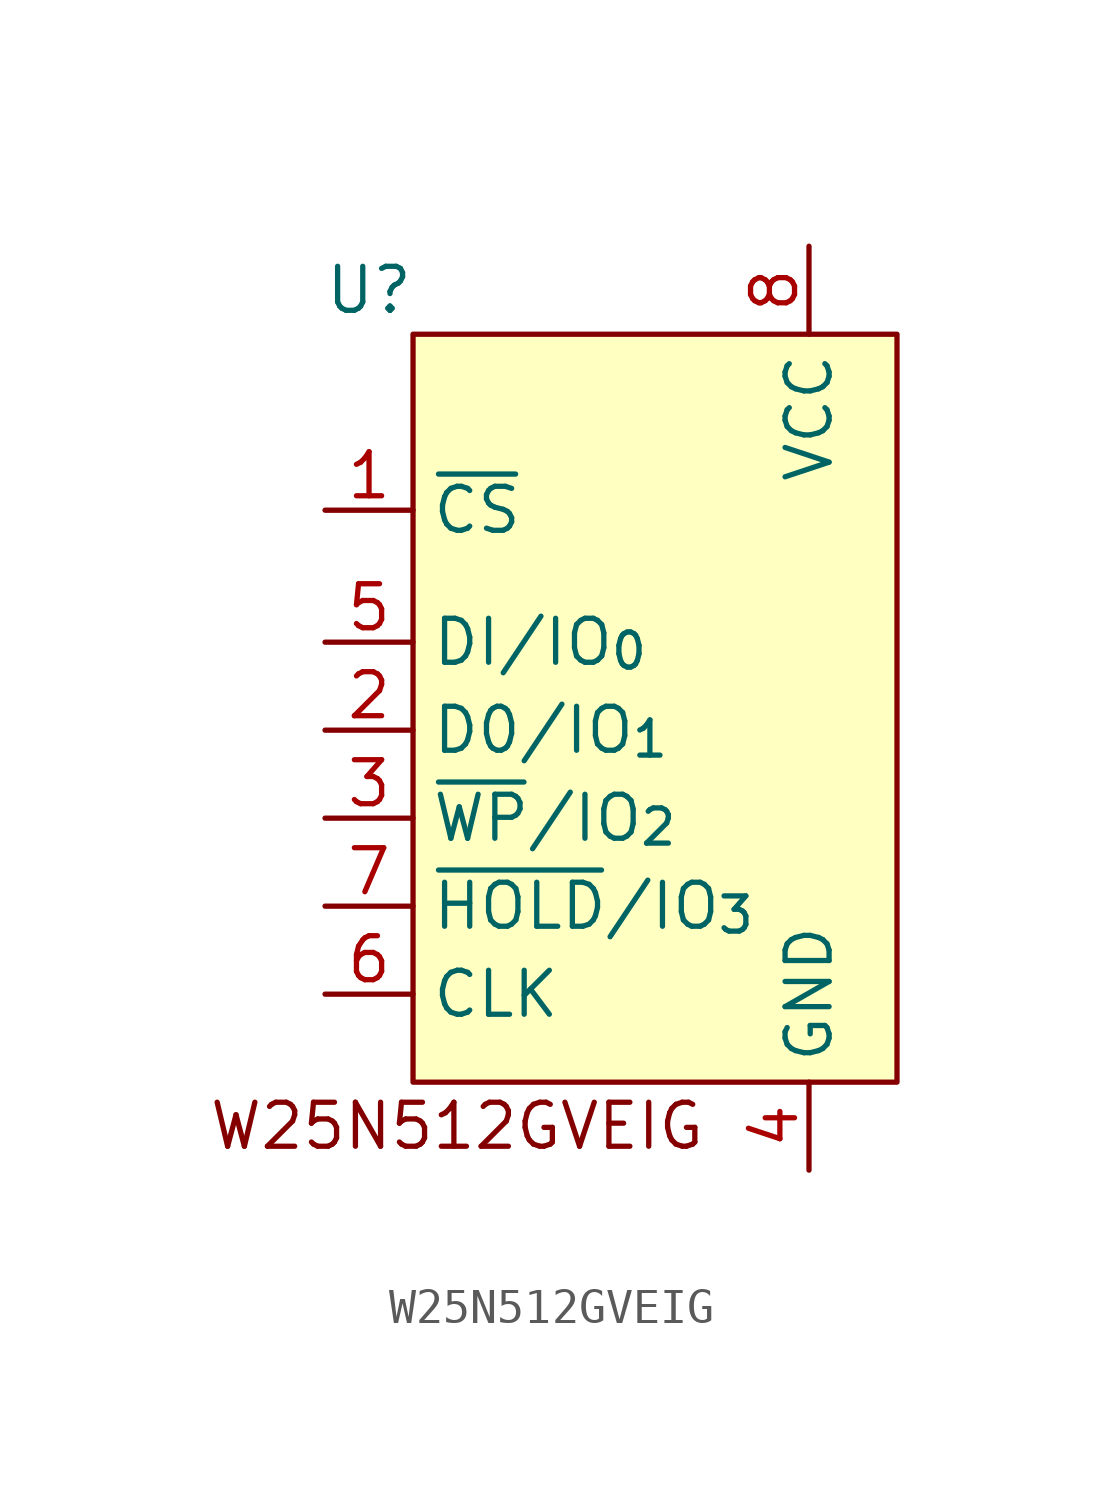
<source format=kicad_sym>
(kicad_symbol_lib
  (version 20220914)
  (generator kicad_symbol_editor)
  (symbol "W25N512GVEIG"
    (property "Reference" "U"
      (at -7.62 12.7 0)
      (effects (font (size 1.27 1.27))))
    (property "Value" ""
      (at -3.81 8.89 0)
      (effects (font (size 1.27 1.27))))
    (symbol "W25N512GVEIG_1_1"
      (rectangle (start -6.35 11.43) (end 7.62 -10.16) (stroke (width 0) (type default)) (fill (type background)))
      (text "W25N512GVEIG" (at -5.08 -11.43 0) (effects (font (size 1.27 1.27))))
      (pin input line (at -8.89 6.35 0) (length 2.54) (name "~{CS}" (effects (font (size 1.27 1.27)))) (number "1" (effects (font (size 1.27 1.27)))))
      (pin bidirectional line (at -8.89 0 0) (length 2.54) (name "D0/IO_{1}" (effects (font (size 1.27 1.27)))) (number "2" (effects (font (size 1.27 1.27)))))
      (pin bidirectional line (at -8.89 -2.54 0) (length 2.54) (name "~{WP}/IO_{2}" (effects (font (size 1.27 1.27)))) (number "3" (effects (font (size 1.27 1.27)))))
      (pin power_in line (at 5.08 -12.7 90) (length 2.54) (name "GND" (effects (font (size 1.27 1.27)))) (number "4" (effects (font (size 1.27 1.27)))))
      (pin bidirectional line (at -8.89 2.54 0) (length 2.54) (name "DI/IO_{0}" (effects (font (size 1.27 1.27)))) (number "5" (effects (font (size 1.27 1.27)))))
      (pin input line (at -8.89 -7.62 0) (length 2.54) (name "CLK" (effects (font (size 1.27 1.27)))) (number "6" (effects (font (size 1.27 1.27)))))
      (pin bidirectional line (at -8.89 -5.08 0) (length 2.54) (name "~{HOLD}/IO_{3}" (effects (font (size 1.27 1.27)))) (number "7" (effects (font (size 1.27 1.27)))))
      (pin power_in line (at 5.08 13.97 270) (length 2.54) (name "VCC" (effects (font (size 1.27 1.27)))) (number "8" (effects (font (size 1.27 1.27))))))))
</source>
